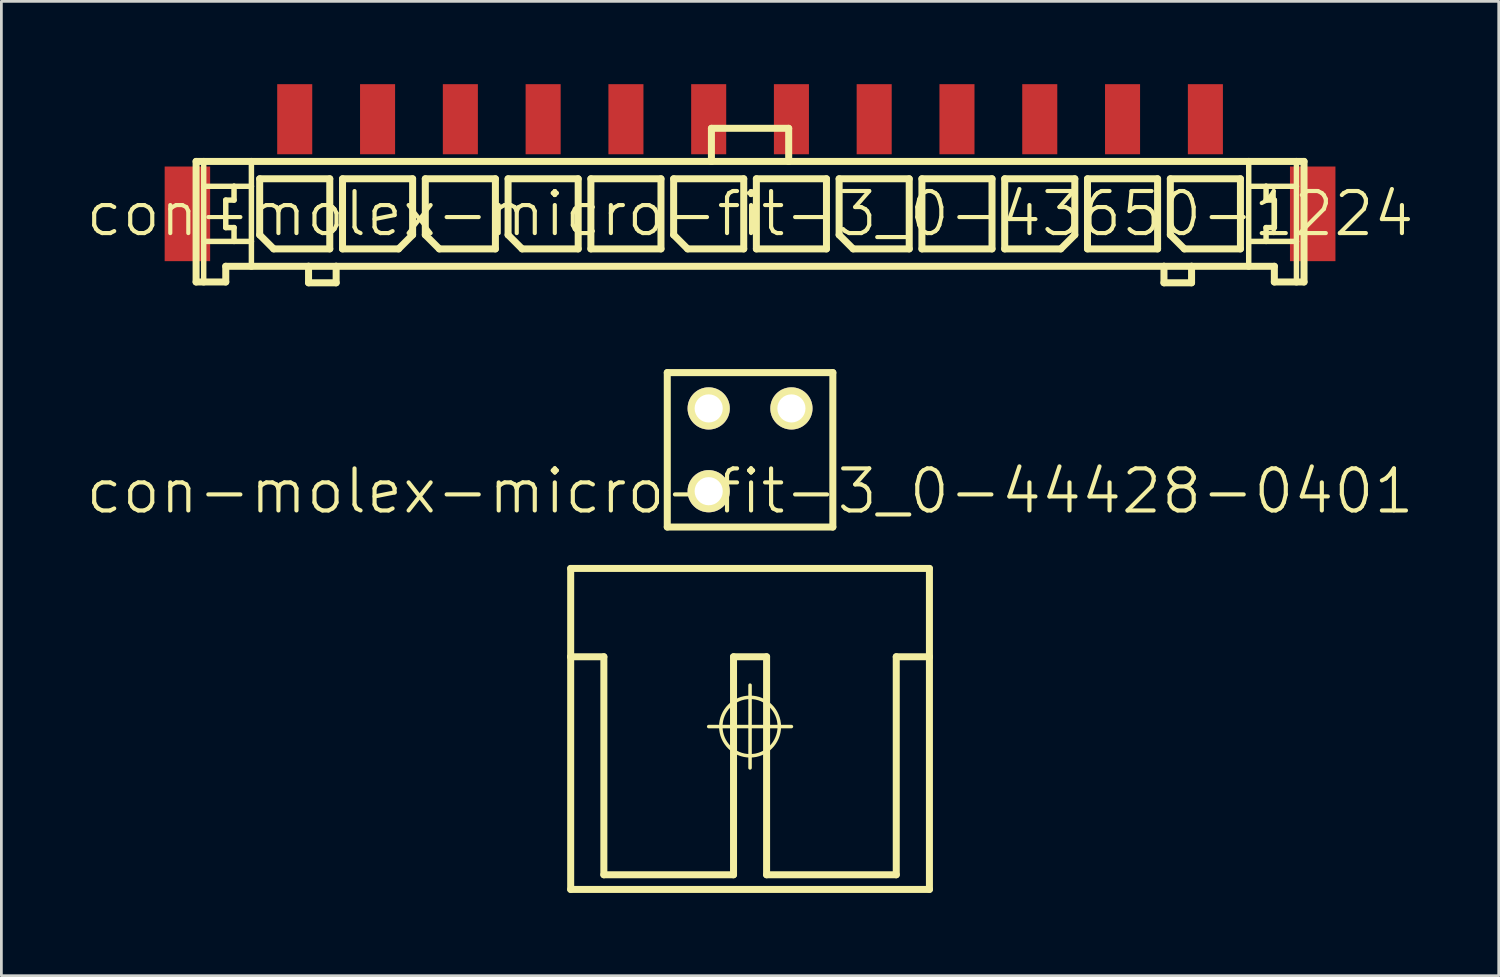
<source format=kicad_pcb>
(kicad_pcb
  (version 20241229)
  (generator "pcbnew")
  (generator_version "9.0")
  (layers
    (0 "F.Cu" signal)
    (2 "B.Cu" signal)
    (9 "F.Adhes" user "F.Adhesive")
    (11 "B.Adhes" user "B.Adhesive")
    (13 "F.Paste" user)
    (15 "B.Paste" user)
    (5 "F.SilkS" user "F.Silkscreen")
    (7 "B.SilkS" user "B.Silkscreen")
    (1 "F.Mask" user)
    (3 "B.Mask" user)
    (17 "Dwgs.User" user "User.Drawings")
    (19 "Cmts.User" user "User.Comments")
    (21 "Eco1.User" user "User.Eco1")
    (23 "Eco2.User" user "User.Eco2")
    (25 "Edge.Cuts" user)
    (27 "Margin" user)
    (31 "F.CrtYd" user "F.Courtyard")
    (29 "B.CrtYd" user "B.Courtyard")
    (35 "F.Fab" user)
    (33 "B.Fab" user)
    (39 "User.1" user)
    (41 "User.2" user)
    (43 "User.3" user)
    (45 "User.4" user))
  (footprint "con-molex-micro-fit-3_0-43650-1224"
    (layer "F.Cu")
    (at 24.13 4.699)
    (property "Reference" "con-molex-micro-fit-3_0-43650-1224" (at 0 0 0) (layer "F.SilkS") (effects (font (size 1.524 1.524) (thickness 0.15))))
    (attr smd)
    (fp_line (start -20.074 -1.9) (end -19.799 -1.9) (stroke (width 0.254) (type solid)) (layer "F.SilkS"))
    (fp_line (start -20.074 2.469) (end -20.074 -1.9) (stroke (width 0.254) (type solid)) (layer "F.SilkS"))
    (fp_line (start -19.799 -1.9) (end -18.07 -1.9) (stroke (width 0.254) (type solid)) (layer "F.SilkS"))
    (fp_line (start -19.799 -0.998) (end -19.799 -1.9) (stroke (width 0.198) (type solid)) (layer "F.SilkS"))
    (fp_line (start -19.799 0.998) (end -19.799 -0.998) (stroke (width 0.198) (type solid)) (layer "F.SilkS"))
    (fp_line (start -19.799 2.469) (end -20.074 2.469) (stroke (width 0.254) (type solid)) (layer "F.SilkS"))
    (fp_line (start -19.799 2.469) (end -19.799 0.998) (stroke (width 0.198) (type solid)) (layer "F.SilkS"))
    (fp_line (start -18.999 -0.498) (end -18.999 0.498) (stroke (width 0.198) (type solid)) (layer "F.SilkS"))
    (fp_line (start -18.999 0.498) (end -18.699 0.498) (stroke (width 0.198) (type solid)) (layer "F.SilkS"))
    (fp_line (start -18.999 1.9) (end -18.999 2.469) (stroke (width 0.254) (type solid)) (layer "F.SilkS"))
    (fp_line (start -18.999 2.469) (end -19.799 2.469) (stroke (width 0.254) (type solid)) (layer "F.SilkS"))
    (fp_line (start -18.699 -0.998) (end -19.799 -0.998) (stroke (width 0.198) (type solid)) (layer "F.SilkS"))
    (fp_line (start -18.699 -0.998) (end -18.699 -0.498) (stroke (width 0.198) (type solid)) (layer "F.SilkS"))
    (fp_line (start -18.699 -0.498) (end -18.999 -0.498) (stroke (width 0.198) (type solid)) (layer "F.SilkS"))
    (fp_line (start -18.699 0.498) (end -18.699 0.998) (stroke (width 0.198) (type solid)) (layer "F.SilkS"))
    (fp_line (start -18.699 0.998) (end -19.799 0.998) (stroke (width 0.198) (type solid)) (layer "F.SilkS"))
    (fp_line (start -18.07 -1.9) (end -1.4 -1.9) (stroke (width 0.254) (type solid)) (layer "F.SilkS"))
    (fp_line (start -18.07 -0.998) (end -18.699 -0.998) (stroke (width 0.198) (type solid)) (layer "F.SilkS"))
    (fp_line (start -18.07 -0.998) (end -18.07 -1.9) (stroke (width 0.198) (type solid)) (layer "F.SilkS"))
    (fp_line (start -18.07 0.998) (end -18.699 0.998) (stroke (width 0.198) (type solid)) (layer "F.SilkS"))
    (fp_line (start -18.07 0.998) (end -18.07 -0.998) (stroke (width 0.198) (type solid)) (layer "F.SilkS"))
    (fp_line (start -18.07 1.9) (end -18.999 1.9) (stroke (width 0.254) (type solid)) (layer "F.SilkS"))
    (fp_line (start -18.07 1.9) (end -18.07 0.998) (stroke (width 0.198) (type solid)) (layer "F.SilkS"))
    (fp_line (start -17.77 -1.27) (end -15.23 -1.27) (stroke (width 0.254) (type solid)) (layer "F.SilkS"))
    (fp_line (start -17.77 0.762) (end -17.77 -1.27) (stroke (width 0.254) (type solid)) (layer "F.SilkS"))
    (fp_line (start -17.262 1.27) (end -17.77 0.762) (stroke (width 0.254) (type solid)) (layer "F.SilkS"))
    (fp_line (start -15.999 1.9) (end -18.07 1.9) (stroke (width 0.254) (type solid)) (layer "F.SilkS"))
    (fp_line (start -15.999 1.9) (end -15.999 2.499) (stroke (width 0.254) (type solid)) (layer "F.SilkS"))
    (fp_line (start -15.999 2.499) (end -14.999 2.499) (stroke (width 0.254) (type solid)) (layer "F.SilkS"))
    (fp_line (start -15.23 -1.27) (end -15.23 1.27) (stroke (width 0.254) (type solid)) (layer "F.SilkS"))
    (fp_line (start -15.23 1.27) (end -17.262 1.27) (stroke (width 0.254) (type solid)) (layer "F.SilkS"))
    (fp_line (start -14.999 1.9) (end -15.999 1.9) (stroke (width 0.254) (type solid)) (layer "F.SilkS"))
    (fp_line (start -14.999 2.499) (end -14.999 1.9) (stroke (width 0.254) (type solid)) (layer "F.SilkS"))
    (fp_line (start -14.768 -1.27) (end -14.768 1.27) (stroke (width 0.254) (type solid)) (layer "F.SilkS"))
    (fp_line (start -14.768 1.27) (end -12.736 1.27) (stroke (width 0.254) (type solid)) (layer "F.SilkS"))
    (fp_line (start -12.736 1.27) (end -12.228 0.762) (stroke (width 0.254) (type solid)) (layer "F.SilkS"))
    (fp_line (start -12.228 -1.27) (end -14.768 -1.27) (stroke (width 0.254) (type solid)) (layer "F.SilkS"))
    (fp_line (start -12.228 0.762) (end -12.228 -1.27) (stroke (width 0.254) (type solid)) (layer "F.SilkS"))
    (fp_line (start -11.768 -1.27) (end -9.228 -1.27) (stroke (width 0.254) (type solid)) (layer "F.SilkS"))
    (fp_line (start -11.768 0.762) (end -11.768 -1.27) (stroke (width 0.254) (type solid)) (layer "F.SilkS"))
    (fp_line (start -11.26 1.27) (end -11.768 0.762) (stroke (width 0.254) (type solid)) (layer "F.SilkS"))
    (fp_line (start -9.228 -1.27) (end -9.228 1.27) (stroke (width 0.254) (type solid)) (layer "F.SilkS"))
    (fp_line (start -9.228 1.27) (end -11.26 1.27) (stroke (width 0.254) (type solid)) (layer "F.SilkS"))
    (fp_line (start -8.768 -1.27) (end -6.228 -1.27) (stroke (width 0.254) (type solid)) (layer "F.SilkS"))
    (fp_line (start -8.768 0.762) (end -8.768 -1.27) (stroke (width 0.254) (type solid)) (layer "F.SilkS"))
    (fp_line (start -8.26 1.27) (end -8.768 0.762) (stroke (width 0.254) (type solid)) (layer "F.SilkS"))
    (fp_line (start -6.228 -1.27) (end -6.228 1.27) (stroke (width 0.254) (type solid)) (layer "F.SilkS"))
    (fp_line (start -6.228 1.27) (end -8.26 1.27) (stroke (width 0.254) (type solid)) (layer "F.SilkS"))
    (fp_line (start -5.768 -1.27) (end -3.228 -1.27) (stroke (width 0.254) (type solid)) (layer "F.SilkS"))
    (fp_line (start -5.768 1.27) (end -5.768 -1.27) (stroke (width 0.254) (type solid)) (layer "F.SilkS"))
    (fp_line (start -3.228 -1.27) (end -3.228 1.27) (stroke (width 0.254) (type solid)) (layer "F.SilkS"))
    (fp_line (start -3.228 1.27) (end -5.768 1.27) (stroke (width 0.254) (type solid)) (layer "F.SilkS"))
    (fp_line (start -2.769 -1.27) (end -0.229 -1.27) (stroke (width 0.254) (type solid)) (layer "F.SilkS"))
    (fp_line (start -2.769 0.762) (end -2.769 -1.27) (stroke (width 0.254) (type solid)) (layer "F.SilkS"))
    (fp_line (start -2.261 1.27) (end -2.769 0.762) (stroke (width 0.254) (type solid)) (layer "F.SilkS"))
    (fp_line (start -1.4 -3.099) (end -1.4 -1.9) (stroke (width 0.254) (type solid)) (layer "F.SilkS"))
    (fp_line (start -1.4 -3.099) (end 1.4 -3.099) (stroke (width 0.254) (type solid)) (layer "F.SilkS"))
    (fp_line (start -1.4 -1.9) (end 1.4 -1.9) (stroke (width 0.254) (type solid)) (layer "F.SilkS"))
    (fp_line (start -0.229 -1.27) (end -0.229 1.27) (stroke (width 0.254) (type solid)) (layer "F.SilkS"))
    (fp_line (start -0.229 1.27) (end -2.261 1.27) (stroke (width 0.254) (type solid)) (layer "F.SilkS"))
    (fp_line (start 0.229 -1.27) (end 2.769 -1.27) (stroke (width 0.254) (type solid)) (layer "F.SilkS"))
    (fp_line (start 0.229 1.27) (end 0.229 -1.27) (stroke (width 0.254) (type solid)) (layer "F.SilkS"))
    (fp_line (start 1.4 -3.099) (end 1.4 -1.9) (stroke (width 0.254) (type solid)) (layer "F.SilkS"))
    (fp_line (start 1.4 -1.9) (end 18.07 -1.9) (stroke (width 0.254) (type solid)) (layer "F.SilkS"))
    (fp_line (start 2.769 -1.27) (end 2.769 1.27) (stroke (width 0.254) (type solid)) (layer "F.SilkS"))
    (fp_line (start 2.769 1.27) (end 0.229 1.27) (stroke (width 0.254) (type solid)) (layer "F.SilkS"))
    (fp_line (start 3.228 -1.27) (end 5.768 -1.27) (stroke (width 0.254) (type solid)) (layer "F.SilkS"))
    (fp_line (start 3.228 0.762) (end 3.228 -1.27) (stroke (width 0.254) (type solid)) (layer "F.SilkS"))
    (fp_line (start 3.736 1.27) (end 3.228 0.762) (stroke (width 0.254) (type solid)) (layer "F.SilkS"))
    (fp_line (start 5.768 -1.27) (end 5.768 1.27) (stroke (width 0.254) (type solid)) (layer "F.SilkS"))
    (fp_line (start 5.768 1.27) (end 3.736 1.27) (stroke (width 0.254) (type solid)) (layer "F.SilkS"))
    (fp_line (start 6.228 -1.27) (end 8.768 -1.27) (stroke (width 0.254) (type solid)) (layer "F.SilkS"))
    (fp_line (start 6.228 1.27) (end 6.228 -1.27) (stroke (width 0.254) (type solid)) (layer "F.SilkS"))
    (fp_line (start 8.768 -1.27) (end 8.768 1.27) (stroke (width 0.254) (type solid)) (layer "F.SilkS"))
    (fp_line (start 8.768 1.27) (end 6.228 1.27) (stroke (width 0.254) (type solid)) (layer "F.SilkS"))
    (fp_line (start 9.228 -1.27) (end 9.228 1.27) (stroke (width 0.254) (type solid)) (layer "F.SilkS"))
    (fp_line (start 9.228 1.27) (end 11.26 1.27) (stroke (width 0.254) (type solid)) (layer "F.SilkS"))
    (fp_line (start 11.26 1.27) (end 11.768 0.762) (stroke (width 0.254) (type solid)) (layer "F.SilkS"))
    (fp_line (start 11.768 -1.27) (end 9.228 -1.27) (stroke (width 0.254) (type solid)) (layer "F.SilkS"))
    (fp_line (start 11.768 0.762) (end 11.768 -1.27) (stroke (width 0.254) (type solid)) (layer "F.SilkS"))
    (fp_line (start 12.228 -1.27) (end 14.768 -1.27) (stroke (width 0.254) (type solid)) (layer "F.SilkS"))
    (fp_line (start 12.228 1.27) (end 12.228 -1.27) (stroke (width 0.254) (type solid)) (layer "F.SilkS"))
    (fp_line (start 14.768 -1.27) (end 14.768 1.27) (stroke (width 0.254) (type solid)) (layer "F.SilkS"))
    (fp_line (start 14.768 1.27) (end 12.228 1.27) (stroke (width 0.254) (type solid)) (layer "F.SilkS"))
    (fp_line (start 14.999 1.9) (end -14.999 1.9) (stroke (width 0.254) (type solid)) (layer "F.SilkS"))
    (fp_line (start 14.999 1.9) (end 14.999 2.499) (stroke (width 0.254) (type solid)) (layer "F.SilkS"))
    (fp_line (start 14.999 2.499) (end 15.999 2.499) (stroke (width 0.254) (type solid)) (layer "F.SilkS"))
    (fp_line (start 15.23 -1.27) (end 17.77 -1.27) (stroke (width 0.254) (type solid)) (layer "F.SilkS"))
    (fp_line (start 15.23 0.762) (end 15.23 -1.27) (stroke (width 0.254) (type solid)) (layer "F.SilkS"))
    (fp_line (start 15.738 1.27) (end 15.23 0.762) (stroke (width 0.254) (type solid)) (layer "F.SilkS"))
    (fp_line (start 15.999 1.9) (end 14.999 1.9) (stroke (width 0.254) (type solid)) (layer "F.SilkS"))
    (fp_line (start 15.999 2.499) (end 15.999 1.9) (stroke (width 0.254) (type solid)) (layer "F.SilkS"))
    (fp_line (start 17.77 -1.27) (end 17.77 1.27) (stroke (width 0.254) (type solid)) (layer "F.SilkS"))
    (fp_line (start 17.77 1.27) (end 15.738 1.27) (stroke (width 0.254) (type solid)) (layer "F.SilkS"))
    (fp_line (start 18.07 -1.9) (end 18.07 -0.998) (stroke (width 0.198) (type solid)) (layer "F.SilkS"))
    (fp_line (start 18.07 -1.9) (end 19.799 -1.9) (stroke (width 0.254) (type solid)) (layer "F.SilkS"))
    (fp_line (start 18.07 -0.998) (end 18.07 0.998) (stroke (width 0.198) (type solid)) (layer "F.SilkS"))
    (fp_line (start 18.07 -0.998) (end 18.699 -0.998) (stroke (width 0.198) (type solid)) (layer "F.SilkS"))
    (fp_line (start 18.07 0.998) (end 18.07 1.9) (stroke (width 0.198) (type solid)) (layer "F.SilkS"))
    (fp_line (start 18.07 0.998) (end 18.699 0.998) (stroke (width 0.198) (type solid)) (layer "F.SilkS"))
    (fp_line (start 18.07 1.9) (end 15.999 1.9) (stroke (width 0.254) (type solid)) (layer "F.SilkS"))
    (fp_line (start 18.699 -0.998) (end 18.699 -0.498) (stroke (width 0.198) (type solid)) (layer "F.SilkS"))
    (fp_line (start 18.699 -0.998) (end 19.799 -0.998) (stroke (width 0.198) (type solid)) (layer "F.SilkS"))
    (fp_line (start 18.699 -0.498) (end 18.999 -0.498) (stroke (width 0.198) (type solid)) (layer "F.SilkS"))
    (fp_line (start 18.699 0.498) (end 18.699 0.998) (stroke (width 0.198) (type solid)) (layer "F.SilkS"))
    (fp_line (start 18.699 0.998) (end 19.799 0.998) (stroke (width 0.198) (type solid)) (layer "F.SilkS"))
    (fp_line (start 18.999 -0.498) (end 18.999 0.498) (stroke (width 0.198) (type solid)) (layer "F.SilkS"))
    (fp_line (start 18.999 0.498) (end 18.699 0.498) (stroke (width 0.198) (type solid)) (layer "F.SilkS"))
    (fp_line (start 18.999 1.9) (end 18.07 1.9) (stroke (width 0.254) (type solid)) (layer "F.SilkS"))
    (fp_line (start 18.999 2.469) (end 18.999 1.9) (stroke (width 0.254) (type solid)) (layer "F.SilkS"))
    (fp_line (start 18.999 2.469) (end 19.799 2.469) (stroke (width 0.254) (type solid)) (layer "F.SilkS"))
    (fp_line (start 19.799 -1.9) (end 20.074 -1.9) (stroke (width 0.254) (type solid)) (layer "F.SilkS"))
    (fp_line (start 19.799 -0.998) (end 19.799 -1.9) (stroke (width 0.198) (type solid)) (layer "F.SilkS"))
    (fp_line (start 19.799 0.998) (end 19.799 -0.998) (stroke (width 0.198) (type solid)) (layer "F.SilkS"))
    (fp_line (start 19.799 2.469) (end 19.799 0.998) (stroke (width 0.198) (type solid)) (layer "F.SilkS"))
    (fp_line (start 19.799 2.469) (end 20.074 2.469) (stroke (width 0.254) (type solid)) (layer "F.SilkS"))
    (fp_line (start 20.074 -1.9) (end 20.074 2.469) (stroke (width 0.254) (type solid)) (layer "F.SilkS"))
    (pad "P$1" smd rect (at 16.5 -3.429) (size 1.27 2.54) (layers "F.Cu" "F.Mask" "F.Paste"))
    (pad "P$2" smd rect (at 13.498 -3.429) (size 1.27 2.54) (layers "F.Cu" "F.Mask" "F.Paste"))
    (pad "P$3" smd rect (at 10.498 -3.429) (size 1.27 2.54) (layers "F.Cu" "F.Mask" "F.Paste"))
    (pad "P$4" smd rect (at 7.498 -3.429) (size 1.27 2.54) (layers "F.Cu" "F.Mask" "F.Paste"))
    (pad "P$5" smd rect (at 4.498 -3.429) (size 1.27 2.54) (layers "F.Cu" "F.Mask" "F.Paste"))
    (pad "P$6" smd rect (at 1.499 -3.429) (size 1.27 2.54) (layers "F.Cu" "F.Mask" "F.Paste"))
    (pad "P$7" smd rect (at -1.499 -3.429) (size 1.27 2.54) (layers "F.Cu" "F.Mask" "F.Paste"))
    (pad "P$8" smd rect (at -4.498 -3.429) (size 1.27 2.54) (layers "F.Cu" "F.Mask" "F.Paste"))
    (pad "P$9" smd rect (at -7.498 -3.429) (size 1.27 2.54) (layers "F.Cu" "F.Mask" "F.Paste"))
    (pad "P$10" smd rect (at -10.498 -3.429) (size 1.27 2.54) (layers "F.Cu" "F.Mask" "F.Paste"))
    (pad "P$11" smd rect (at -13.498 -3.429) (size 1.27 2.54) (layers "F.Cu" "F.Mask" "F.Paste"))
    (pad "P$12" smd rect (at -16.5 -3.429) (size 1.27 2.54) (layers "F.Cu" "F.Mask" "F.Paste"))
    (pad "TAB1" smd rect (at 20.389 0) (size 1.648 3.429) (layers "F.Cu" "F.Mask" "F.Paste"))
    (pad "TAB2" smd rect (at -20.389 0) (size 1.648 3.429) (layers "F.Cu" "F.Mask" "F.Paste")))
  (footprint "con-molex-micro-fit-3_0-44428-0401"
    (layer "F.Cu")
    (at 24.13 14.75)
    (property "Reference" "con-molex-micro-fit-3_0-44428-0401" (at 0 0 0) (layer "F.SilkS") (effects (font (size 1.524 1.524) (thickness 0.15))))
    (attr exclude_from_pos_files exclude_from_bom)
    (fp_line (start -6.5 2.799) (end -6.5 5.999) (stroke (width 0.254) (type solid)) (layer "F.SilkS"))
    (fp_line (start -6.5 5.999) (end -6.5 14.43) (stroke (width 0.254) (type solid)) (layer "F.SilkS"))
    (fp_line (start -6.5 5.999) (end -5.298 5.999) (stroke (width 0.254) (type solid)) (layer "F.SilkS"))
    (fp_line (start -6.5 14.43) (end 6.5 14.43) (stroke (width 0.254) (type solid)) (layer "F.SilkS"))
    (fp_line (start -5.298 5.999) (end -5.298 13.899) (stroke (width 0.254) (type solid)) (layer "F.SilkS"))
    (fp_line (start -5.298 13.899) (end -0.599 13.899) (stroke (width 0.254) (type solid)) (layer "F.SilkS"))
    (fp_line (start -3 -4.298) (end 3 -4.298) (stroke (width 0.254) (type solid)) (layer "F.SilkS"))
    (fp_line (start -3 1.298) (end -3 -4.298) (stroke (width 0.254) (type solid)) (layer "F.SilkS"))
    (fp_line (start -1.499 8.529) (end 1.499 8.529) (stroke (width 0.127) (type solid)) (layer "F.SilkS"))
    (fp_line (start -0.599 5.999) (end -0.599 13.899) (stroke (width 0.254) (type solid)) (layer "F.SilkS"))
    (fp_line (start -0.599 5.999) (end 0.599 5.999) (stroke (width 0.254) (type solid)) (layer "F.SilkS"))
    (fp_line (start 0 10.028) (end 0 7.028) (stroke (width 0.127) (type solid)) (layer "F.SilkS"))
    (fp_line (start 0.599 5.999) (end 0.599 13.899) (stroke (width 0.254) (type solid)) (layer "F.SilkS"))
    (fp_line (start 0.599 13.899) (end 5.298 13.899) (stroke (width 0.254) (type solid)) (layer "F.SilkS"))
    (fp_line (start 3 -4.298) (end 3 1.298) (stroke (width 0.254) (type solid)) (layer "F.SilkS"))
    (fp_line (start 3 1.298) (end -3 1.298) (stroke (width 0.254) (type solid)) (layer "F.SilkS"))
    (fp_line (start 5.298 5.999) (end 6.5 5.999) (stroke (width 0.254) (type solid)) (layer "F.SilkS"))
    (fp_line (start 5.298 13.899) (end 5.298 5.999) (stroke (width 0.254) (type solid)) (layer "F.SilkS"))
    (fp_line (start 6.5 2.799) (end -6.5 2.799) (stroke (width 0.254) (type solid)) (layer "F.SilkS"))
    (fp_line (start 6.5 5.999) (end 6.5 2.799) (stroke (width 0.254) (type solid)) (layer "F.SilkS"))
    (fp_line (start 6.5 14.43) (end 6.5 5.999) (stroke (width 0.254) (type solid)) (layer "F.SilkS"))
    (fp_circle (center 0 8.529) (end -0.749 9.279) (stroke (width 0.127) (type solid)) (fill no) (layer "F.SilkS"))
    (pad "P$1" thru_hole rect (at 1.499 0) (size 0.001 0.001) (drill 1.019) (layers "*.Cu" "F.Mask" "F.SilkS" "F.Paste"))
    (pad "P$2" thru_hole circle (at -1.499 0) (size 1.529 1.529) (drill 1.019) (layers "*.Cu" "F.Mask" "F.SilkS" "F.Paste"))
    (pad "P$3" thru_hole circle (at 1.499 -3) (size 1.529 1.529) (drill 1.019) (layers "*.Cu" "F.Mask" "F.SilkS" "F.Paste"))
    (pad "P$4" thru_hole circle (at -1.499 -3) (size 1.529 1.529) (drill 1.019) (layers "*.Cu" "F.Mask" "F.SilkS" "F.Paste")))
  (gr_rect
    (start -3 -3)
    (end 51.26 32.307)
    (stroke (width 0.1) (type default))
    (fill no)
    (layer "Edge.Cuts")))
</source>
